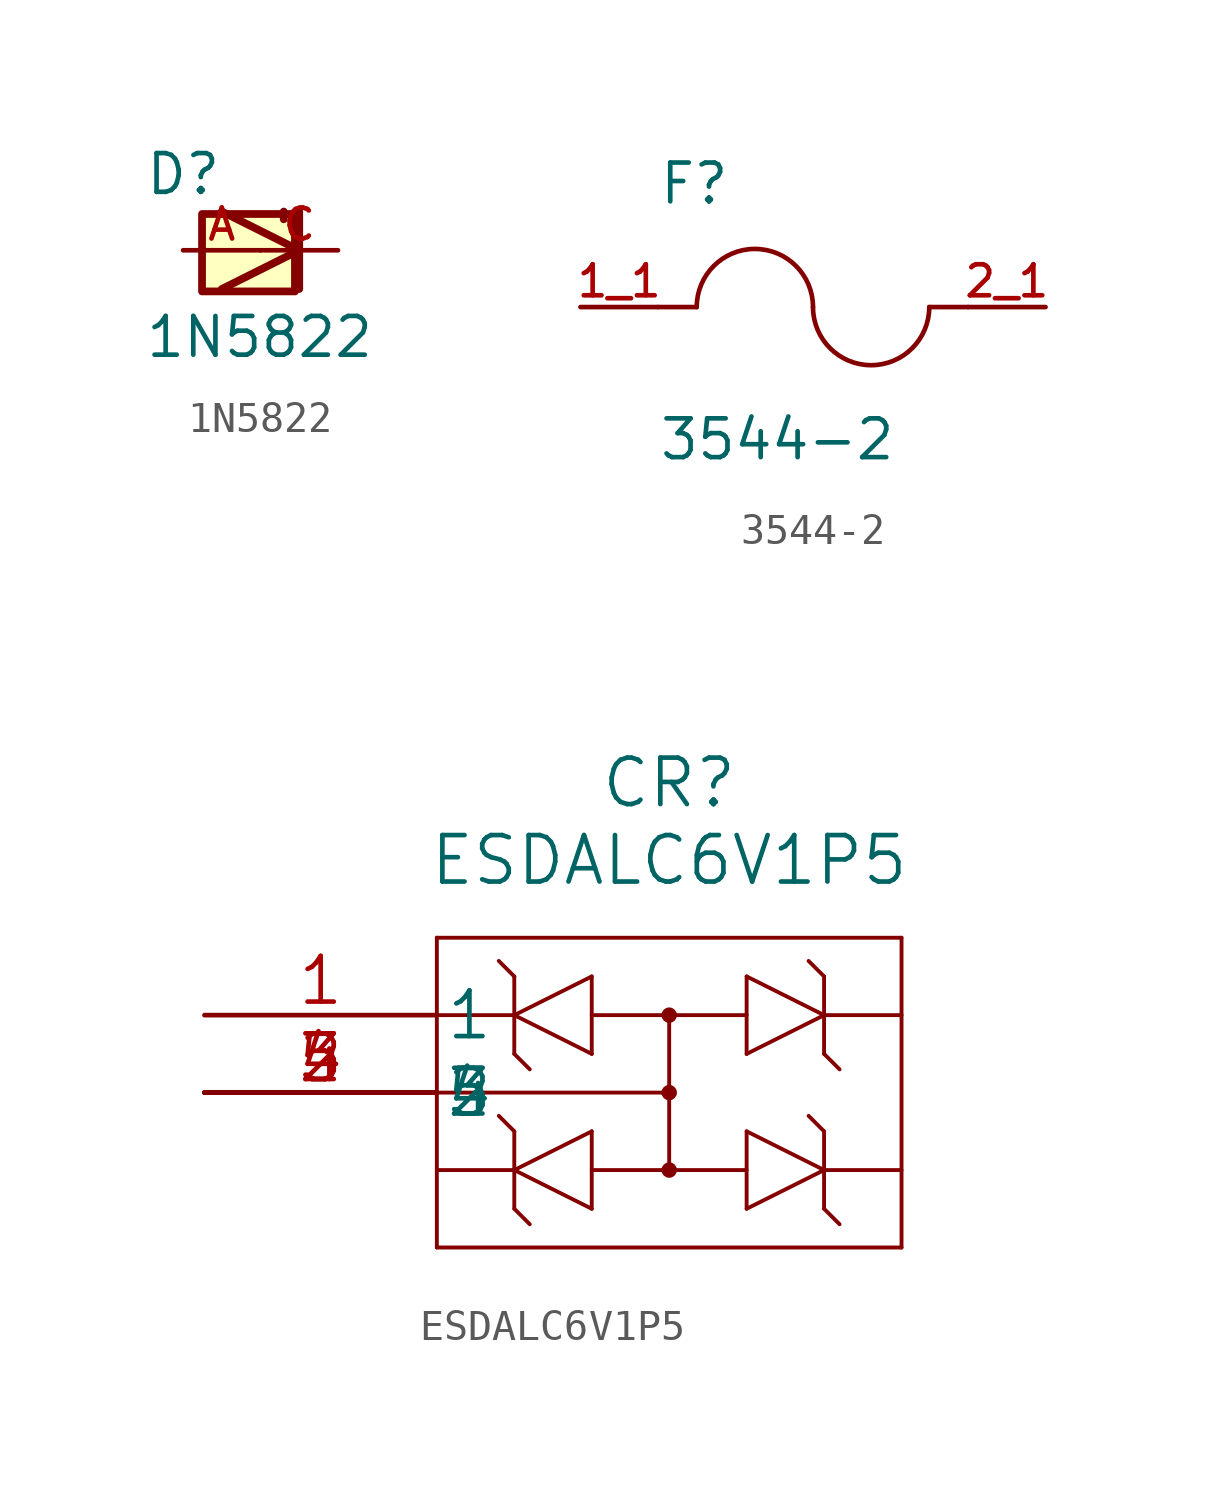
<source format=kicad_sym>
(kicad_symbol_lib
  (version 20220914)
  (generator kicad_symbol_editor)
  (symbol "1N5822"
    (pin_names
      (offset 1.016))
    (property "Reference" "D"
      (at -3.812 1.754 0)
      (effects (font (size 1.27 1.27)) (justify left bottom)))
    (property "Value" "1N5822"
      (at -3.817 -3.588 0)
      (effects (font (size 1.27 1.27)) (justify left bottom)))
    (symbol "1N5822_0_0"
      (rectangle (start -1.918 -1.35) (end 1.13 1.19) (stroke (width 0.254) (type default)) (fill (type background)))
      (polyline (pts (xy -1.27 -1.27) (xy 1.27 0)) (stroke (width 0.254) (type default)) (fill (type none)))
      (polyline (pts (xy 0.762 1.016) (xy 0.762 1.27)) (stroke (width 0.254) (type default)) (fill (type none)))
      (polyline (pts (xy 1.27 0) (xy -1.27 1.27)) (stroke (width 0.254) (type default)) (fill (type none)))
      (polyline (pts (xy 1.27 0) (xy 1.27 -1.27)) (stroke (width 0.254) (type default)) (fill (type none)))
      (polyline (pts (xy 1.27 1.27) (xy 1.27 0)) (stroke (width 0.254) (type default)) (fill (type none)))
      (pin passive line (at -2.54 0 0) (length 2.54) (name "~" (effects (font (size 1.016 1.016)))) (number "A" (effects (font (size 1.016 1.016)))))
      (pin passive line (at 2.54 0 180) (length 2.54) (name "~" (effects (font (size 1.016 1.016)))) (number "C" (effects (font (size 1.016 1.016)))))))
  (symbol "3544-2"
    (pin_names
      (offset 1.016))
    (property "Reference" "F"
      (at -5.08 3.302 0)
      (effects (font (size 1.27 1.27)) (justify left bottom)))
    (property "Value" "3544-2"
      (at -5.08 -5.08 0)
      (effects (font (size 1.27 1.27)) (justify left bottom)))
    (symbol "3544-2_0_0"
      (arc (start 0 0) (mid -1.905 1.8967) (end -3.81 0) (stroke (width 0.1524) (type default)) (fill (type none)))
      (polyline (pts (xy -5.08 0) (xy -3.81 0)) (stroke (width 0.152) (type default)) (fill (type none)))
      (polyline (pts (xy 5.08 0) (xy 3.81 0)) (stroke (width 0.152) (type default)) (fill (type none)))
      (arc (start 0 0) (mid 1.905 -1.8967) (end 3.81 0) (stroke (width 0.1524) (type default)) (fill (type none)))
      (pin passive line (at -7.62 0 0) (length 2.54) (name "~" (effects (font (size 1.016 1.016)))) (number "1_1" (effects (font (size 1.016 1.016)))))
      (pin passive line (at 7.62 0 180) (length 2.54) (name "~" (effects (font (size 1.016 1.016)))) (number "2_1" (effects (font (size 1.016 1.016)))))))
  (symbol "ESDALC6V1P5"
    (pin_names
      (offset 0.254))
    (property "Reference" "CR"
      (at 15.24 7.62 0)
      (effects (font (size 1.524 1.524))))
    (property "Value" "ESDALC6V1P5"
      (at 15.24 5.08 0)
      (effects (font (size 1.524 1.524))))
    (property "Datasheet" ""
      (at 0 0 0)
      (effects (font (size 1.524 1.524))))
    (symbol "ESDALC6V1P5_1_1"
      (polyline (pts (xy 7.62 -7.62) (xy 22.86 -7.62)) (stroke (width 0.127) (type solid)) (fill (type none)))
      (polyline (pts (xy 7.62 -5.08) (xy 10.16 -5.08)) (stroke (width 0.127) (type solid)) (fill (type none)))
      (polyline (pts (xy 7.62 2.54) (xy 7.62 -7.62)) (stroke (width 0.127) (type solid)) (fill (type none)))
      (polyline (pts (xy 10.16 -6.35) (xy 10.668 -6.858)) (stroke (width 0.127) (type solid)) (fill (type none)))
      (polyline (pts (xy 10.16 -5.08) (xy 12.7 -3.81)) (stroke (width 0.127) (type solid)) (fill (type none)))
      (polyline (pts (xy 10.16 -3.81) (xy 9.652 -3.302)) (stroke (width 0.127) (type solid)) (fill (type none)))
      (polyline (pts (xy 10.16 -3.81) (xy 10.16 -6.35)) (stroke (width 0.127) (type solid)) (fill (type none)))
      (polyline (pts (xy 10.16 -1.27) (xy 10.668 -1.778)) (stroke (width 0.127) (type solid)) (fill (type none)))
      (polyline (pts (xy 10.16 0) (xy 7.62 0)) (stroke (width 0.127) (type solid)) (fill (type none)))
      (polyline (pts (xy 10.16 0) (xy 12.7 1.27)) (stroke (width 0.127) (type solid)) (fill (type none)))
      (polyline (pts (xy 10.16 1.27) (xy 9.652 1.778)) (stroke (width 0.127) (type solid)) (fill (type none)))
      (polyline (pts (xy 10.16 1.27) (xy 10.16 -1.27)) (stroke (width 0.127) (type solid)) (fill (type none)))
      (polyline (pts (xy 12.7 -6.35) (xy 10.16 -5.08)) (stroke (width 0.127) (type solid)) (fill (type none)))
      (polyline (pts (xy 12.7 -5.08) (xy 17.78 -5.08)) (stroke (width 0.127) (type solid)) (fill (type none)))
      (polyline (pts (xy 12.7 -3.81) (xy 12.7 -6.35)) (stroke (width 0.127) (type solid)) (fill (type none)))
      (polyline (pts (xy 12.7 -1.27) (xy 10.16 0)) (stroke (width 0.127) (type solid)) (fill (type none)))
      (polyline (pts (xy 12.7 0) (xy 17.78 0)) (stroke (width 0.127) (type solid)) (fill (type none)))
      (polyline (pts (xy 12.7 1.27) (xy 12.7 -1.27)) (stroke (width 0.127) (type solid)) (fill (type none)))
      (polyline (pts (xy 15.24 -2.54) (xy 7.62 -2.54)) (stroke (width 0.127) (type solid)) (fill (type none)))
      (polyline (pts (xy 15.24 0) (xy 15.24 -5.08)) (stroke (width 0.127) (type solid)) (fill (type none)))
      (polyline (pts (xy 17.78 -6.35) (xy 20.32 -5.08)) (stroke (width 0.127) (type solid)) (fill (type none)))
      (polyline (pts (xy 17.78 -3.81) (xy 17.78 -6.35)) (stroke (width 0.127) (type solid)) (fill (type none)))
      (polyline (pts (xy 17.78 -1.27) (xy 20.32 0)) (stroke (width 0.127) (type solid)) (fill (type none)))
      (polyline (pts (xy 17.78 1.27) (xy 17.78 -1.27)) (stroke (width 0.127) (type solid)) (fill (type none)))
      (polyline (pts (xy 20.32 -6.35) (xy 20.828 -6.858)) (stroke (width 0.127) (type solid)) (fill (type none)))
      (polyline (pts (xy 20.32 -5.08) (xy 17.78 -3.81)) (stroke (width 0.127) (type solid)) (fill (type none)))
      (polyline (pts (xy 20.32 -3.81) (xy 19.812 -3.302)) (stroke (width 0.127) (type solid)) (fill (type none)))
      (polyline (pts (xy 20.32 -3.81) (xy 20.32 -6.35)) (stroke (width 0.127) (type solid)) (fill (type none)))
      (polyline (pts (xy 20.32 -1.27) (xy 20.828 -1.778)) (stroke (width 0.127) (type solid)) (fill (type none)))
      (polyline (pts (xy 20.32 0) (xy 17.78 1.27)) (stroke (width 0.127) (type solid)) (fill (type none)))
      (polyline (pts (xy 20.32 0) (xy 22.86 0)) (stroke (width 0.127) (type solid)) (fill (type none)))
      (polyline (pts (xy 20.32 1.27) (xy 19.812 1.778)) (stroke (width 0.127) (type solid)) (fill (type none)))
      (polyline (pts (xy 20.32 1.27) (xy 20.32 -1.27)) (stroke (width 0.127) (type solid)) (fill (type none)))
      (polyline (pts (xy 22.86 -7.62) (xy 22.86 2.54)) (stroke (width 0.127) (type solid)) (fill (type none)))
      (polyline (pts (xy 22.86 -5.08) (xy 20.32 -5.08)) (stroke (width 0.127) (type solid)) (fill (type none)))
      (polyline (pts (xy 22.86 2.54) (xy 7.62 2.54)) (stroke (width 0.127) (type solid)) (fill (type none)))
      (circle (center 15.24 -5.08) (radius 0.127) (stroke (width 0.254) (type solid)) (fill (type none)))
      (circle (center 15.24 -2.54) (radius 0.127) (stroke (width 0.254) (type solid)) (fill (type none)))
      (circle (center 15.24 0) (radius 0.127) (stroke (width 0.254) (type solid)) (fill (type none)))
      (pin unspecified line (at 0 0 0) (length 7.62) (name "1" (effects (font (size 1.499 1.499)))) (number "1" (effects (font (size 1.499 1.499)))))
      (pin unspecified line (at 0 -2.54 0) (length 7.62) (name "2" (effects (font (size 1.499 1.499)))) (number "2" (effects (font (size 1.499 1.499)))))
      (pin unspecified line (at 0 -2.54 0) (length 7.62) (name "3" (effects (font (size 1.499 1.499)))) (number "3" (effects (font (size 1.499 1.499)))))
      (pin unspecified line (at 0 -2.54 0) (length 7.62) (name "4" (effects (font (size 1.499 1.499)))) (number "4" (effects (font (size 1.499 1.499)))))
      (pin unspecified line (at 0 -2.54 0) (length 7.62) (name "5" (effects (font (size 1.499 1.499)))) (number "5" (effects (font (size 1.499 1.499))))))))
</source>
